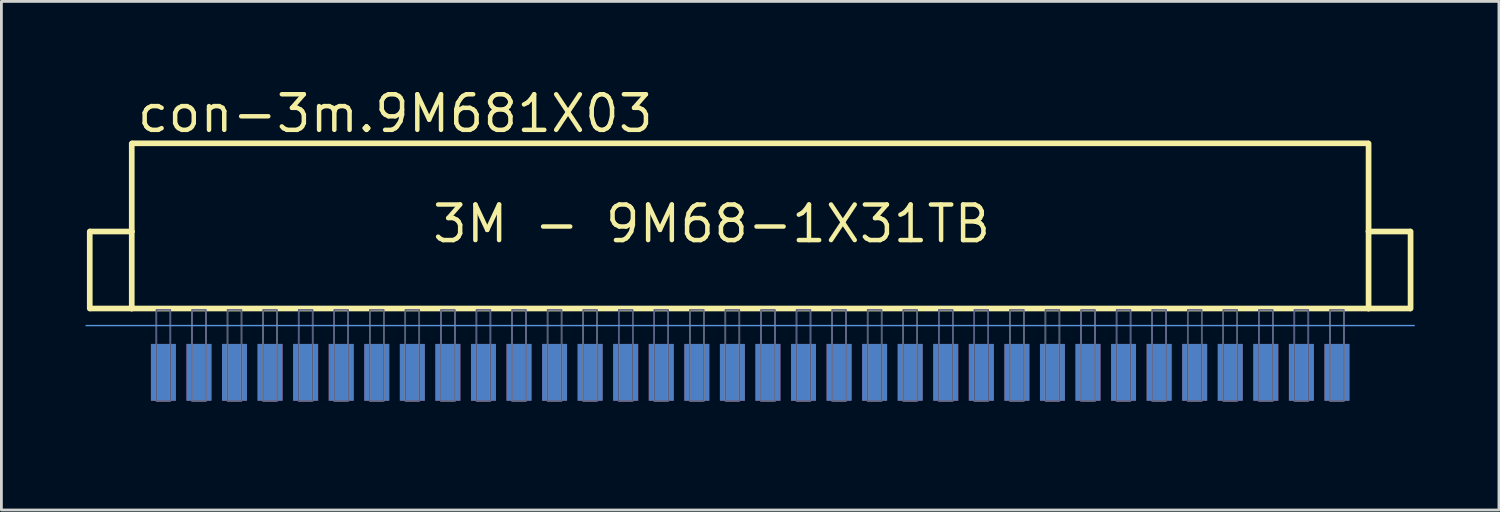
<source format=kicad_pcb>
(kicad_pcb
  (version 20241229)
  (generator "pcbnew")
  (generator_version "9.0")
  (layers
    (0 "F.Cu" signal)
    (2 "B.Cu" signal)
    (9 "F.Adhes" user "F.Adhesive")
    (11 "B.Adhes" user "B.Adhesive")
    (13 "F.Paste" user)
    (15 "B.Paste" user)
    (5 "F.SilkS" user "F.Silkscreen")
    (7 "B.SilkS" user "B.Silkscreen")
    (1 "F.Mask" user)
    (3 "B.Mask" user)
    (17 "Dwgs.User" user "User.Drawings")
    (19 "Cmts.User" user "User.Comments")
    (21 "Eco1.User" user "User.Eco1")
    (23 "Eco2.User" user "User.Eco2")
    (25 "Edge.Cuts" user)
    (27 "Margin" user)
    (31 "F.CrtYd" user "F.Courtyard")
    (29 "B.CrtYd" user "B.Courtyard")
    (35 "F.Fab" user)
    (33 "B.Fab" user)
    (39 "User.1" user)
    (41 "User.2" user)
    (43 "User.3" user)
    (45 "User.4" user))
  (footprint "con-3m.9M681X03"
    (layer "F.Cu")
    (at 23.74 6.957)
    (property "Reference" "con-3m.9M681X03" (at -21.971 -5.207 0) (layer "F.SilkS") (effects (font (size 1.27 1.27) (thickness 0.16)) (justify left bottom)))
    (attr smd)
    (fp_line (start -20.955 5.08) (end 20.955 5.08) (stroke (width 0.254) (type default)) (layer "F.Mask"))
    (fp_rect (start -21.438 4.978) (end -20.472 2.286) (stroke (width 0.05) (type default)) (fill yes) (layer "F.Mask"))
    (fp_rect (start -20.168 4.978) (end -19.202 2.286) (stroke (width 0.05) (type default)) (fill yes) (layer "F.Mask"))
    (fp_rect (start -18.898 4.978) (end -17.932 2.286) (stroke (width 0.05) (type default)) (fill yes) (layer "F.Mask"))
    (fp_rect (start -17.628 4.978) (end -16.662 2.286) (stroke (width 0.05) (type default)) (fill yes) (layer "F.Mask"))
    (fp_rect (start -16.358 4.978) (end -15.392 2.286) (stroke (width 0.05) (type default)) (fill yes) (layer "F.Mask"))
    (fp_rect (start -15.088 4.978) (end -14.122 2.286) (stroke (width 0.05) (type default)) (fill yes) (layer "F.Mask"))
    (fp_rect (start -13.818 4.978) (end -12.852 2.286) (stroke (width 0.05) (type default)) (fill yes) (layer "F.Mask"))
    (fp_rect (start -12.548 4.978) (end -11.582 2.286) (stroke (width 0.05) (type default)) (fill yes) (layer "F.Mask"))
    (fp_rect (start -11.278 4.978) (end -10.312 2.286) (stroke (width 0.05) (type default)) (fill yes) (layer "F.Mask"))
    (fp_rect (start -10.008 4.978) (end -9.042 2.286) (stroke (width 0.05) (type default)) (fill yes) (layer "F.Mask"))
    (fp_rect (start -8.738 4.978) (end -7.772 2.286) (stroke (width 0.05) (type default)) (fill yes) (layer "F.Mask"))
    (fp_rect (start -7.468 4.978) (end -6.502 2.286) (stroke (width 0.05) (type default)) (fill yes) (layer "F.Mask"))
    (fp_rect (start -6.198 4.978) (end -5.232 2.286) (stroke (width 0.05) (type default)) (fill yes) (layer "F.Mask"))
    (fp_rect (start -4.928 4.978) (end -3.962 2.286) (stroke (width 0.05) (type default)) (fill yes) (layer "F.Mask"))
    (fp_rect (start -3.658 4.978) (end -2.692 2.286) (stroke (width 0.05) (type default)) (fill yes) (layer "F.Mask"))
    (fp_rect (start -2.388 4.978) (end -1.422 2.286) (stroke (width 0.05) (type default)) (fill yes) (layer "F.Mask"))
    (fp_rect (start -1.118 4.978) (end -0.152 2.286) (stroke (width 0.05) (type default)) (fill yes) (layer "F.Mask"))
    (fp_rect (start 0.152 4.978) (end 1.118 2.286) (stroke (width 0.05) (type default)) (fill yes) (layer "F.Mask"))
    (fp_rect (start 1.422 4.978) (end 2.388 2.286) (stroke (width 0.05) (type default)) (fill yes) (layer "F.Mask"))
    (fp_rect (start 2.692 4.978) (end 3.658 2.286) (stroke (width 0.05) (type default)) (fill yes) (layer "F.Mask"))
    (fp_rect (start 3.962 4.978) (end 4.928 2.286) (stroke (width 0.05) (type default)) (fill yes) (layer "F.Mask"))
    (fp_rect (start 5.232 4.978) (end 6.198 2.286) (stroke (width 0.05) (type default)) (fill yes) (layer "F.Mask"))
    (fp_rect (start 6.502 4.978) (end 7.468 2.286) (stroke (width 0.05) (type default)) (fill yes) (layer "F.Mask"))
    (fp_rect (start 7.772 4.978) (end 8.738 2.286) (stroke (width 0.05) (type default)) (fill yes) (layer "F.Mask"))
    (fp_rect (start 9.042 4.978) (end 10.008 2.286) (stroke (width 0.05) (type default)) (fill yes) (layer "F.Mask"))
    (fp_rect (start 10.312 4.978) (end 11.278 2.286) (stroke (width 0.05) (type default)) (fill yes) (layer "F.Mask"))
    (fp_rect (start 11.582 4.978) (end 12.548 2.286) (stroke (width 0.05) (type default)) (fill yes) (layer "F.Mask"))
    (fp_rect (start 12.852 4.978) (end 13.818 2.286) (stroke (width 0.05) (type default)) (fill yes) (layer "F.Mask"))
    (fp_rect (start 14.122 4.978) (end 15.088 2.286) (stroke (width 0.05) (type default)) (fill yes) (layer "F.Mask"))
    (fp_rect (start 15.392 4.978) (end 16.358 2.286) (stroke (width 0.05) (type default)) (fill yes) (layer "F.Mask"))
    (fp_rect (start 16.662 4.978) (end 17.628 2.286) (stroke (width 0.05) (type default)) (fill yes) (layer "F.Mask"))
    (fp_rect (start 17.932 4.978) (end 18.898 2.286) (stroke (width 0.05) (type default)) (fill yes) (layer "F.Mask"))
    (fp_rect (start 19.202 4.978) (end 20.168 2.286) (stroke (width 0.05) (type default)) (fill yes) (layer "F.Mask"))
    (fp_rect (start 20.472 4.978) (end 21.438 2.286) (stroke (width 0.05) (type default)) (fill yes) (layer "F.Mask"))
    (fp_line (start -20.955 5.08) (end 20.955 5.08) (stroke (width 0.254) (type default)) (layer "B.Mask"))
    (fp_rect (start -21.438 4.978) (end -20.472 2.286) (stroke (width 0.05) (type default)) (fill yes) (layer "B.Mask"))
    (fp_rect (start -20.168 4.978) (end -19.202 2.286) (stroke (width 0.05) (type default)) (fill yes) (layer "B.Mask"))
    (fp_rect (start -18.898 4.978) (end -17.932 2.286) (stroke (width 0.05) (type default)) (fill yes) (layer "B.Mask"))
    (fp_rect (start -17.628 4.978) (end -16.662 2.286) (stroke (width 0.05) (type default)) (fill yes) (layer "B.Mask"))
    (fp_rect (start -16.358 4.978) (end -15.392 2.286) (stroke (width 0.05) (type default)) (fill yes) (layer "B.Mask"))
    (fp_rect (start -15.088 4.978) (end -14.122 2.286) (stroke (width 0.05) (type default)) (fill yes) (layer "B.Mask"))
    (fp_rect (start -13.818 4.978) (end -12.852 2.286) (stroke (width 0.05) (type default)) (fill yes) (layer "B.Mask"))
    (fp_rect (start -12.548 4.978) (end -11.582 2.286) (stroke (width 0.05) (type default)) (fill yes) (layer "B.Mask"))
    (fp_rect (start -11.278 4.978) (end -10.312 2.286) (stroke (width 0.05) (type default)) (fill yes) (layer "B.Mask"))
    (fp_rect (start -10.008 4.978) (end -9.042 2.286) (stroke (width 0.05) (type default)) (fill yes) (layer "B.Mask"))
    (fp_rect (start -8.738 4.978) (end -7.772 2.286) (stroke (width 0.05) (type default)) (fill yes) (layer "B.Mask"))
    (fp_rect (start -7.468 4.978) (end -6.502 2.286) (stroke (width 0.05) (type default)) (fill yes) (layer "B.Mask"))
    (fp_rect (start -6.198 4.978) (end -5.232 2.286) (stroke (width 0.05) (type default)) (fill yes) (layer "B.Mask"))
    (fp_rect (start -4.928 4.978) (end -3.962 2.286) (stroke (width 0.05) (type default)) (fill yes) (layer "B.Mask"))
    (fp_rect (start -3.658 4.978) (end -2.692 2.286) (stroke (width 0.05) (type default)) (fill yes) (layer "B.Mask"))
    (fp_rect (start -2.388 4.978) (end -1.422 2.286) (stroke (width 0.05) (type default)) (fill yes) (layer "B.Mask"))
    (fp_rect (start -1.118 4.978) (end -0.152 2.286) (stroke (width 0.05) (type default)) (fill yes) (layer "B.Mask"))
    (fp_rect (start 0.152 4.978) (end 1.118 2.286) (stroke (width 0.05) (type default)) (fill yes) (layer "B.Mask"))
    (fp_rect (start 1.422 4.978) (end 2.388 2.286) (stroke (width 0.05) (type default)) (fill yes) (layer "B.Mask"))
    (fp_rect (start 2.692 4.978) (end 3.658 2.286) (stroke (width 0.05) (type default)) (fill yes) (layer "B.Mask"))
    (fp_rect (start 3.962 4.978) (end 4.928 2.286) (stroke (width 0.05) (type default)) (fill yes) (layer "B.Mask"))
    (fp_rect (start 5.232 4.978) (end 6.198 2.286) (stroke (width 0.05) (type default)) (fill yes) (layer "B.Mask"))
    (fp_rect (start 6.502 4.978) (end 7.468 2.286) (stroke (width 0.05) (type default)) (fill yes) (layer "B.Mask"))
    (fp_rect (start 7.772 4.978) (end 8.738 2.286) (stroke (width 0.05) (type default)) (fill yes) (layer "B.Mask"))
    (fp_rect (start 9.042 4.978) (end 10.008 2.286) (stroke (width 0.05) (type default)) (fill yes) (layer "B.Mask"))
    (fp_rect (start 10.312 4.978) (end 11.278 2.286) (stroke (width 0.05) (type default)) (fill yes) (layer "B.Mask"))
    (fp_rect (start 11.582 4.978) (end 12.548 2.286) (stroke (width 0.05) (type default)) (fill yes) (layer "B.Mask"))
    (fp_rect (start 12.852 4.978) (end 13.818 2.286) (stroke (width 0.05) (type default)) (fill yes) (layer "B.Mask"))
    (fp_rect (start 14.122 4.978) (end 15.088 2.286) (stroke (width 0.05) (type default)) (fill yes) (layer "B.Mask"))
    (fp_rect (start 15.392 4.978) (end 16.358 2.286) (stroke (width 0.05) (type default)) (fill yes) (layer "B.Mask"))
    (fp_rect (start 16.662 4.978) (end 17.628 2.286) (stroke (width 0.05) (type default)) (fill yes) (layer "B.Mask"))
    (fp_rect (start 17.932 4.978) (end 18.898 2.286) (stroke (width 0.05) (type default)) (fill yes) (layer "B.Mask"))
    (fp_rect (start 19.202 4.978) (end 20.168 2.286) (stroke (width 0.05) (type default)) (fill yes) (layer "B.Mask"))
    (fp_rect (start 20.472 4.978) (end 21.438 2.286) (stroke (width 0.05) (type default)) (fill yes) (layer "B.Mask"))
    (fp_line (start -23.585 -1.74) (end -23.585 1.01) (stroke (width 0.203) (type default)) (layer "F.SilkS"))
    (fp_line (start -23.565 -1.74) (end -22.085 -1.74) (stroke (width 0.203) (type default)) (layer "F.SilkS"))
    (fp_line (start -23.565 1.01) (end -22.085 1.01) (stroke (width 0.203) (type default)) (layer "F.SilkS"))
    (fp_line (start -22.085 -1.74) (end -22.085 -4.88) (stroke (width 0.203) (type default)) (layer "F.SilkS"))
    (fp_line (start -22.085 1.01) (end -22.085 -1.74) (stroke (width 0.203) (type default)) (layer "F.SilkS"))
    (fp_line (start -22.085 1.01) (end 22.085 1.01) (stroke (width 0.203) (type default)) (layer "F.SilkS"))
    (fp_line (start -22.065 -4.89) (end 22.065 -4.89) (stroke (width 0.203) (type default)) (layer "F.SilkS"))
    (fp_line (start 22.085 -1.74) (end 22.085 -4.88) (stroke (width 0.203) (type default)) (layer "F.SilkS"))
    (fp_line (start 22.085 -1.74) (end 23.565 -1.74) (stroke (width 0.203) (type default)) (layer "F.SilkS"))
    (fp_line (start 22.085 1.01) (end 22.085 -1.74) (stroke (width 0.203) (type default)) (layer "F.SilkS"))
    (fp_line (start 22.085 1.01) (end 23.565 1.01) (stroke (width 0.203) (type default)) (layer "F.SilkS"))
    (fp_line (start 23.585 1.01) (end 23.585 -1.74) (stroke (width 0.203) (type default)) (layer "F.SilkS"))
    (fp_line (start -23.715 1.62) (end 23.715 1.62) (stroke (width 0.051) (type default)) (layer "Cmts.User"))
    (fp_rect (start -21.205 4.31) (end -20.705 1.06) (stroke (width 0.05) (type default)) (fill no) (layer "B.Fab"))
    (fp_rect (start -19.935 4.31) (end -19.435 1.06) (stroke (width 0.05) (type default)) (fill no) (layer "B.Fab"))
    (fp_rect (start -18.665 4.31) (end -18.165 1.06) (stroke (width 0.05) (type default)) (fill no) (layer "B.Fab"))
    (fp_rect (start -17.395 4.31) (end -16.895 1.06) (stroke (width 0.05) (type default)) (fill no) (layer "B.Fab"))
    (fp_rect (start -16.125 4.31) (end -15.625 1.06) (stroke (width 0.05) (type default)) (fill no) (layer "B.Fab"))
    (fp_rect (start -14.855 4.31) (end -14.355 1.06) (stroke (width 0.05) (type default)) (fill no) (layer "B.Fab"))
    (fp_rect (start -13.585 4.31) (end -13.085 1.06) (stroke (width 0.05) (type default)) (fill no) (layer "B.Fab"))
    (fp_rect (start -12.315 4.31) (end -11.815 1.06) (stroke (width 0.05) (type default)) (fill no) (layer "B.Fab"))
    (fp_rect (start -11.045 4.31) (end -10.545 1.06) (stroke (width 0.05) (type default)) (fill no) (layer "B.Fab"))
    (fp_rect (start -9.775 4.31) (end -9.275 1.06) (stroke (width 0.05) (type default)) (fill no) (layer "B.Fab"))
    (fp_rect (start -8.505 4.31) (end -8.005 1.06) (stroke (width 0.05) (type default)) (fill no) (layer "B.Fab"))
    (fp_rect (start -7.235 4.31) (end -6.735 1.06) (stroke (width 0.05) (type default)) (fill no) (layer "B.Fab"))
    (fp_rect (start -5.965 4.31) (end -5.465 1.06) (stroke (width 0.05) (type default)) (fill no) (layer "B.Fab"))
    (fp_rect (start -4.695 4.31) (end -4.195 1.06) (stroke (width 0.05) (type default)) (fill no) (layer "B.Fab"))
    (fp_rect (start -3.425 4.31) (end -2.925 1.06) (stroke (width 0.05) (type default)) (fill no) (layer "B.Fab"))
    (fp_rect (start -2.155 4.31) (end -1.655 1.06) (stroke (width 0.05) (type default)) (fill no) (layer "B.Fab"))
    (fp_rect (start -0.885 4.31) (end -0.385 1.06) (stroke (width 0.05) (type default)) (fill no) (layer "B.Fab"))
    (fp_rect (start 0.385 4.31) (end 0.885 1.06) (stroke (width 0.05) (type default)) (fill no) (layer "B.Fab"))
    (fp_rect (start 1.655 4.31) (end 2.155 1.06) (stroke (width 0.05) (type default)) (fill no) (layer "B.Fab"))
    (fp_rect (start 2.925 4.31) (end 3.425 1.06) (stroke (width 0.05) (type default)) (fill no) (layer "B.Fab"))
    (fp_rect (start 4.195 4.31) (end 4.695 1.06) (stroke (width 0.05) (type default)) (fill no) (layer "B.Fab"))
    (fp_rect (start 5.465 4.31) (end 5.965 1.06) (stroke (width 0.05) (type default)) (fill no) (layer "B.Fab"))
    (fp_rect (start 6.735 4.31) (end 7.235 1.06) (stroke (width 0.05) (type default)) (fill no) (layer "B.Fab"))
    (fp_rect (start 8.005 4.31) (end 8.505 1.06) (stroke (width 0.05) (type default)) (fill no) (layer "B.Fab"))
    (fp_rect (start 9.275 4.31) (end 9.775 1.06) (stroke (width 0.05) (type default)) (fill no) (layer "B.Fab"))
    (fp_rect (start 10.545 4.31) (end 11.045 1.06) (stroke (width 0.05) (type default)) (fill no) (layer "B.Fab"))
    (fp_rect (start 11.815 4.31) (end 12.315 1.06) (stroke (width 0.05) (type default)) (fill no) (layer "B.Fab"))
    (fp_rect (start 13.085 4.31) (end 13.585 1.06) (stroke (width 0.05) (type default)) (fill no) (layer "B.Fab"))
    (fp_rect (start 14.355 4.31) (end 14.855 1.06) (stroke (width 0.05) (type default)) (fill no) (layer "B.Fab"))
    (fp_rect (start 15.625 4.31) (end 16.125 1.06) (stroke (width 0.05) (type default)) (fill no) (layer "B.Fab"))
    (fp_rect (start 16.895 4.31) (end 17.395 1.06) (stroke (width 0.05) (type default)) (fill no) (layer "B.Fab"))
    (fp_rect (start 18.165 4.31) (end 18.665 1.06) (stroke (width 0.05) (type default)) (fill no) (layer "B.Fab"))
    (fp_rect (start 19.435 4.31) (end 19.935 1.06) (stroke (width 0.05) (type default)) (fill no) (layer "B.Fab"))
    (fp_rect (start 20.705 4.31) (end 21.205 1.06) (stroke (width 0.05) (type default)) (fill no) (layer "B.Fab"))
    (fp_rect (start -21.205 4.31) (end -20.705 1.06) (stroke (width 0.05) (type default)) (fill no) (layer "F.Fab"))
    (fp_rect (start -19.935 4.31) (end -19.435 1.06) (stroke (width 0.05) (type default)) (fill no) (layer "F.Fab"))
    (fp_rect (start -18.665 4.31) (end -18.165 1.06) (stroke (width 0.05) (type default)) (fill no) (layer "F.Fab"))
    (fp_rect (start -17.395 4.31) (end -16.895 1.06) (stroke (width 0.05) (type default)) (fill no) (layer "F.Fab"))
    (fp_rect (start -16.125 4.31) (end -15.625 1.06) (stroke (width 0.05) (type default)) (fill no) (layer "F.Fab"))
    (fp_rect (start -14.855 4.31) (end -14.355 1.06) (stroke (width 0.05) (type default)) (fill no) (layer "F.Fab"))
    (fp_rect (start -13.585 4.31) (end -13.085 1.06) (stroke (width 0.05) (type default)) (fill no) (layer "F.Fab"))
    (fp_rect (start -12.315 4.31) (end -11.815 1.06) (stroke (width 0.05) (type default)) (fill no) (layer "F.Fab"))
    (fp_rect (start -11.045 4.31) (end -10.545 1.06) (stroke (width 0.05) (type default)) (fill no) (layer "F.Fab"))
    (fp_rect (start -9.775 4.31) (end -9.275 1.06) (stroke (width 0.05) (type default)) (fill no) (layer "F.Fab"))
    (fp_rect (start -8.505 4.31) (end -8.005 1.06) (stroke (width 0.05) (type default)) (fill no) (layer "F.Fab"))
    (fp_rect (start -7.235 4.31) (end -6.735 1.06) (stroke (width 0.05) (type default)) (fill no) (layer "F.Fab"))
    (fp_rect (start -5.965 4.31) (end -5.465 1.06) (stroke (width 0.05) (type default)) (fill no) (layer "F.Fab"))
    (fp_rect (start -4.695 4.31) (end -4.195 1.06) (stroke (width 0.05) (type default)) (fill no) (layer "F.Fab"))
    (fp_rect (start -3.425 4.31) (end -2.925 1.06) (stroke (width 0.05) (type default)) (fill no) (layer "F.Fab"))
    (fp_rect (start -2.155 4.31) (end -1.655 1.06) (stroke (width 0.05) (type default)) (fill no) (layer "F.Fab"))
    (fp_rect (start -0.885 4.31) (end -0.385 1.06) (stroke (width 0.05) (type default)) (fill no) (layer "F.Fab"))
    (fp_rect (start 0.385 4.31) (end 0.885 1.06) (stroke (width 0.05) (type default)) (fill no) (layer "F.Fab"))
    (fp_rect (start 1.655 4.31) (end 2.155 1.06) (stroke (width 0.05) (type default)) (fill no) (layer "F.Fab"))
    (fp_rect (start 2.925 4.31) (end 3.425 1.06) (stroke (width 0.05) (type default)) (fill no) (layer "F.Fab"))
    (fp_rect (start 4.195 4.31) (end 4.695 1.06) (stroke (width 0.05) (type default)) (fill no) (layer "F.Fab"))
    (fp_rect (start 5.465 4.31) (end 5.965 1.06) (stroke (width 0.05) (type default)) (fill no) (layer "F.Fab"))
    (fp_rect (start 6.735 4.31) (end 7.235 1.06) (stroke (width 0.05) (type default)) (fill no) (layer "F.Fab"))
    (fp_rect (start 8.005 4.31) (end 8.505 1.06) (stroke (width 0.05) (type default)) (fill no) (layer "F.Fab"))
    (fp_rect (start 9.275 4.31) (end 9.775 1.06) (stroke (width 0.05) (type default)) (fill no) (layer "F.Fab"))
    (fp_rect (start 10.545 4.31) (end 11.045 1.06) (stroke (width 0.05) (type default)) (fill no) (layer "F.Fab"))
    (fp_rect (start 11.815 4.31) (end 12.315 1.06) (stroke (width 0.05) (type default)) (fill no) (layer "F.Fab"))
    (fp_rect (start 13.085 4.31) (end 13.585 1.06) (stroke (width 0.05) (type default)) (fill no) (layer "F.Fab"))
    (fp_rect (start 14.355 4.31) (end 14.855 1.06) (stroke (width 0.05) (type default)) (fill no) (layer "F.Fab"))
    (fp_rect (start 15.625 4.31) (end 16.125 1.06) (stroke (width 0.05) (type default)) (fill no) (layer "F.Fab"))
    (fp_rect (start 16.895 4.31) (end 17.395 1.06) (stroke (width 0.05) (type default)) (fill no) (layer "F.Fab"))
    (fp_rect (start 18.165 4.31) (end 18.665 1.06) (stroke (width 0.05) (type default)) (fill no) (layer "F.Fab"))
    (fp_rect (start 19.435 4.31) (end 19.935 1.06) (stroke (width 0.05) (type default)) (fill no) (layer "F.Fab"))
    (fp_rect (start 20.705 4.31) (end 21.205 1.06) (stroke (width 0.05) (type default)) (fill no) (layer "F.Fab"))
    (fp_text user "3M - 9M68-1X31TB" (at -11.43 -1.27 0) (layer "F.SilkS") (effects (font (size 1.27 1.27) (thickness 0.16)) (justify left bottom)))
    (pad "1" smd roundrect (at -20.955 3.29) (size 0.89 2.03) (layers "F.Cu" "F.Mask" "F.Paste") (roundrect_rratio 0.01))
    (pad "2" smd roundrect (at -19.685 3.29) (size 0.89 2.03) (layers "F.Cu" "F.Mask" "F.Paste") (roundrect_rratio 0.01))
    (pad "3" smd roundrect (at -18.415 3.29) (size 0.89 2.03) (layers "F.Cu" "F.Mask" "F.Paste") (roundrect_rratio 0.01))
    (pad "4" smd roundrect (at -17.145 3.29) (size 0.89 2.03) (layers "F.Cu" "F.Mask" "F.Paste") (roundrect_rratio 0.01))
    (pad "5" smd roundrect (at -15.875 3.29) (size 0.89 2.03) (layers "F.Cu" "F.Mask" "F.Paste") (roundrect_rratio 0.01))
    (pad "6" smd roundrect (at -14.605 3.29) (size 0.89 2.03) (layers "F.Cu" "F.Mask" "F.Paste") (roundrect_rratio 0.01))
    (pad "7" smd roundrect (at -13.335 3.29) (size 0.89 2.03) (layers "F.Cu" "F.Mask" "F.Paste") (roundrect_rratio 0.01))
    (pad "8" smd roundrect (at -12.065 3.29) (size 0.89 2.03) (layers "F.Cu" "F.Mask" "F.Paste") (roundrect_rratio 0.01))
    (pad "9" smd roundrect (at -10.795 3.29) (size 0.89 2.03) (layers "F.Cu" "F.Mask" "F.Paste") (roundrect_rratio 0.01))
    (pad "10" smd roundrect (at -9.525 3.29) (size 0.89 2.03) (layers "F.Cu" "F.Mask" "F.Paste") (roundrect_rratio 0.01))
    (pad "11" smd roundrect (at -8.255 3.29) (size 0.89 2.03) (layers "F.Cu" "F.Mask" "F.Paste") (roundrect_rratio 0.01))
    (pad "12" smd roundrect (at -6.985 3.29) (size 0.89 2.03) (layers "F.Cu" "F.Mask" "F.Paste") (roundrect_rratio 0.01))
    (pad "13" smd roundrect (at -5.715 3.29) (size 0.89 2.03) (layers "F.Cu" "F.Mask" "F.Paste") (roundrect_rratio 0.01))
    (pad "14" smd roundrect (at -4.445 3.29) (size 0.89 2.03) (layers "F.Cu" "F.Mask" "F.Paste") (roundrect_rratio 0.01))
    (pad "15" smd roundrect (at -3.175 3.29) (size 0.89 2.03) (layers "F.Cu" "F.Mask" "F.Paste") (roundrect_rratio 0.01))
    (pad "16" smd roundrect (at -1.905 3.29) (size 0.89 2.03) (layers "F.Cu" "F.Mask" "F.Paste") (roundrect_rratio 0.01))
    (pad "17" smd roundrect (at -0.635 3.29) (size 0.89 2.03) (layers "F.Cu" "F.Mask" "F.Paste") (roundrect_rratio 0.01))
    (pad "18" smd roundrect (at 0.635 3.29) (size 0.89 2.03) (layers "F.Cu" "F.Mask" "F.Paste") (roundrect_rratio 0.01))
    (pad "19" smd roundrect (at 1.905 3.29) (size 0.89 2.03) (layers "F.Cu" "F.Mask" "F.Paste") (roundrect_rratio 0.01))
    (pad "20" smd roundrect (at 3.175 3.29) (size 0.89 2.03) (layers "F.Cu" "F.Mask" "F.Paste") (roundrect_rratio 0.01))
    (pad "21" smd roundrect (at 4.445 3.29) (size 0.89 2.03) (layers "F.Cu" "F.Mask" "F.Paste") (roundrect_rratio 0.01))
    (pad "22" smd roundrect (at 5.715 3.29) (size 0.89 2.03) (layers "F.Cu" "F.Mask" "F.Paste") (roundrect_rratio 0.01))
    (pad "23" smd roundrect (at 6.985 3.29) (size 0.89 2.03) (layers "F.Cu" "F.Mask" "F.Paste") (roundrect_rratio 0.01))
    (pad "24" smd roundrect (at 8.255 3.29) (size 0.89 2.03) (layers "F.Cu" "F.Mask" "F.Paste") (roundrect_rratio 0.01))
    (pad "25" smd roundrect (at 9.525 3.29) (size 0.89 2.03) (layers "F.Cu" "F.Mask" "F.Paste") (roundrect_rratio 0.01))
    (pad "26" smd roundrect (at 10.795 3.29) (size 0.89 2.03) (layers "F.Cu" "F.Mask" "F.Paste") (roundrect_rratio 0.01))
    (pad "27" smd roundrect (at 12.065 3.29) (size 0.89 2.03) (layers "F.Cu" "F.Mask" "F.Paste") (roundrect_rratio 0.01))
    (pad "28" smd roundrect (at 13.335 3.29) (size 0.89 2.03) (layers "F.Cu" "F.Mask" "F.Paste") (roundrect_rratio 0.01))
    (pad "29" smd roundrect (at 14.605 3.29) (size 0.89 2.03) (layers "F.Cu" "F.Mask" "F.Paste") (roundrect_rratio 0.01))
    (pad "30" smd roundrect (at 15.875 3.29) (size 0.89 2.03) (layers "F.Cu" "F.Mask" "F.Paste") (roundrect_rratio 0.01))
    (pad "31" smd roundrect (at 17.145 3.29) (size 0.89 2.03) (layers "F.Cu" "F.Mask" "F.Paste") (roundrect_rratio 0.01))
    (pad "32" smd roundrect (at 18.415 3.29) (size 0.89 2.03) (layers "F.Cu" "F.Mask" "F.Paste") (roundrect_rratio 0.01))
    (pad "33" smd roundrect (at 19.685 3.29) (size 0.89 2.03) (layers "F.Cu" "F.Mask" "F.Paste") (roundrect_rratio 0.01))
    (pad "34" smd roundrect (at 20.955 3.29) (size 0.89 2.03) (layers "F.Cu" "F.Mask" "F.Paste") (roundrect_rratio 0.01))
    (pad "35" smd roundrect (at -20.955 3.29) (size 0.89 2.03) (layers "B.Cu" "B.Mask" "B.Paste") (roundrect_rratio 0.01))
    (pad "36" smd roundrect (at -19.685 3.29) (size 0.89 2.03) (layers "B.Cu" "B.Mask" "B.Paste") (roundrect_rratio 0.01))
    (pad "37" smd roundrect (at -18.415 3.29) (size 0.89 2.03) (layers "B.Cu" "B.Mask" "B.Paste") (roundrect_rratio 0.01))
    (pad "38" smd roundrect (at -17.145 3.29) (size 0.89 2.03) (layers "B.Cu" "B.Mask" "B.Paste") (roundrect_rratio 0.01))
    (pad "39" smd roundrect (at -15.875 3.29) (size 0.89 2.03) (layers "B.Cu" "B.Mask" "B.Paste") (roundrect_rratio 0.01))
    (pad "40" smd roundrect (at -14.605 3.29) (size 0.89 2.03) (layers "B.Cu" "B.Mask" "B.Paste") (roundrect_rratio 0.01))
    (pad "41" smd roundrect (at -13.335 3.29) (size 0.89 2.03) (layers "B.Cu" "B.Mask" "B.Paste") (roundrect_rratio 0.01))
    (pad "42" smd roundrect (at -12.065 3.29) (size 0.89 2.03) (layers "B.Cu" "B.Mask" "B.Paste") (roundrect_rratio 0.01))
    (pad "43" smd roundrect (at -10.795 3.29) (size 0.89 2.03) (layers "B.Cu" "B.Mask" "B.Paste") (roundrect_rratio 0.01))
    (pad "44" smd roundrect (at -9.525 3.29) (size 0.89 2.03) (layers "B.Cu" "B.Mask" "B.Paste") (roundrect_rratio 0.01))
    (pad "45" smd roundrect (at -8.255 3.29) (size 0.89 2.03) (layers "B.Cu" "B.Mask" "B.Paste") (roundrect_rratio 0.01))
    (pad "46" smd roundrect (at -6.985 3.29) (size 0.89 2.03) (layers "B.Cu" "B.Mask" "B.Paste") (roundrect_rratio 0.01))
    (pad "47" smd roundrect (at -5.715 3.29) (size 0.89 2.03) (layers "B.Cu" "B.Mask" "B.Paste") (roundrect_rratio 0.01))
    (pad "48" smd roundrect (at -4.445 3.29) (size 0.89 2.03) (layers "B.Cu" "B.Mask" "B.Paste") (roundrect_rratio 0.01))
    (pad "49" smd roundrect (at -3.175 3.29) (size 0.89 2.03) (layers "B.Cu" "B.Mask" "B.Paste") (roundrect_rratio 0.01))
    (pad "50" smd roundrect (at -1.905 3.29) (size 0.89 2.03) (layers "B.Cu" "B.Mask" "B.Paste") (roundrect_rratio 0.01))
    (pad "51" smd roundrect (at -0.635 3.29) (size 0.89 2.03) (layers "B.Cu" "B.Mask" "B.Paste") (roundrect_rratio 0.01))
    (pad "52" smd roundrect (at 0.635 3.29) (size 0.89 2.03) (layers "B.Cu" "B.Mask" "B.Paste") (roundrect_rratio 0.01))
    (pad "53" smd roundrect (at 1.905 3.29) (size 0.89 2.03) (layers "B.Cu" "B.Mask" "B.Paste") (roundrect_rratio 0.01))
    (pad "54" smd roundrect (at 3.175 3.29) (size 0.89 2.03) (layers "B.Cu" "B.Mask" "B.Paste") (roundrect_rratio 0.01))
    (pad "55" smd roundrect (at 4.445 3.29) (size 0.89 2.03) (layers "B.Cu" "B.Mask" "B.Paste") (roundrect_rratio 0.01))
    (pad "56" smd roundrect (at 5.715 3.29) (size 0.89 2.03) (layers "B.Cu" "B.Mask" "B.Paste") (roundrect_rratio 0.01))
    (pad "57" smd roundrect (at 6.985 3.29) (size 0.89 2.03) (layers "B.Cu" "B.Mask" "B.Paste") (roundrect_rratio 0.01))
    (pad "58" smd roundrect (at 8.255 3.29) (size 0.89 2.03) (layers "B.Cu" "B.Mask" "B.Paste") (roundrect_rratio 0.01))
    (pad "59" smd roundrect (at 9.525 3.29) (size 0.89 2.03) (layers "B.Cu" "B.Mask" "B.Paste") (roundrect_rratio 0.01))
    (pad "60" smd roundrect (at 10.795 3.29) (size 0.89 2.03) (layers "B.Cu" "B.Mask" "B.Paste") (roundrect_rratio 0.01))
    (pad "61" smd roundrect (at 12.065 3.29) (size 0.89 2.03) (layers "B.Cu" "B.Mask" "B.Paste") (roundrect_rratio 0.01))
    (pad "62" smd roundrect (at 13.335 3.29) (size 0.89 2.03) (layers "B.Cu" "B.Mask" "B.Paste") (roundrect_rratio 0.01))
    (pad "63" smd roundrect (at 14.605 3.29) (size 0.89 2.03) (layers "B.Cu" "B.Mask" "B.Paste") (roundrect_rratio 0.01))
    (pad "64" smd roundrect (at 15.875 3.29) (size 0.89 2.03) (layers "B.Cu" "B.Mask" "B.Paste") (roundrect_rratio 0.01))
    (pad "65" smd roundrect (at 17.145 3.29) (size 0.89 2.03) (layers "B.Cu" "B.Mask" "B.Paste") (roundrect_rratio 0.01))
    (pad "66" smd roundrect (at 18.415 3.29) (size 0.89 2.03) (layers "B.Cu" "B.Mask" "B.Paste") (roundrect_rratio 0.01))
    (pad "67" smd roundrect (at 19.685 3.29) (size 0.89 2.03) (layers "B.Cu" "B.Mask" "B.Paste") (roundrect_rratio 0.01))
    (pad "68" smd roundrect (at 20.955 3.29) (size 0.89 2.03) (layers "B.Cu" "B.Mask" "B.Paste") (roundrect_rratio 0.01)))
  (gr_rect
    (start -3 -3)
    (end 50.481 15.164)
    (stroke (width 0.1) (type default))
    (fill no)
    (layer "Edge.Cuts")))
</source>
